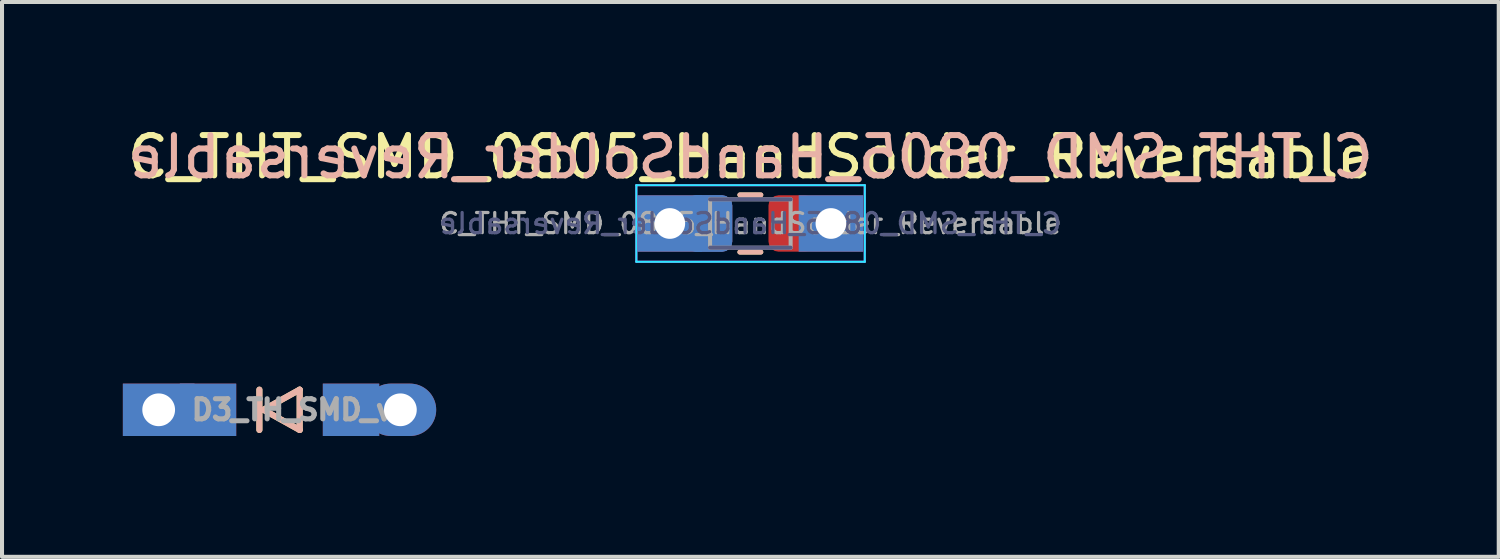
<source format=kicad_pcb>
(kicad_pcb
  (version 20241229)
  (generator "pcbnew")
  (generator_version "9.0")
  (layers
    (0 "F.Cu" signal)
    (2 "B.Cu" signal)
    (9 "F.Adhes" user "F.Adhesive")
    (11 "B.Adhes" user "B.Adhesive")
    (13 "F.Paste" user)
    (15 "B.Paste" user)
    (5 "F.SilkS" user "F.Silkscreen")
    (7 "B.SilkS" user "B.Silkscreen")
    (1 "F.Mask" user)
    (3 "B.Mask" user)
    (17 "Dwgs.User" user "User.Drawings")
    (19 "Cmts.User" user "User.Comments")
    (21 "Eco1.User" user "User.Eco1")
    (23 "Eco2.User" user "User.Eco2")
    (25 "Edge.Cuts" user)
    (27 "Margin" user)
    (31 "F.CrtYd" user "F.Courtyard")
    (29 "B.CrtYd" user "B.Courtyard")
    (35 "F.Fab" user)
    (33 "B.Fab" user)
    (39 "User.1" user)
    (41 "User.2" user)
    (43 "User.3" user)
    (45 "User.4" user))
  (footprint "D3_TH_SMD_v2"
    (layer "F.Cu")
    (at 3.889 7.123)
    (property "Reference" "D3_TH_SMD_v2" (at 0.55 0 180) (layer "F.Fab") (effects (font (size 0.5 0.5) (thickness 0.125))))
    (attr through_hole)
    (fp_line (start -0.5 -0.5) (end -0.5 0.5) (stroke (width 0.15) (type solid)) (layer "F.SilkS"))
    (fp_line (start -0.4 0) (end 0.5 -0.5) (stroke (width 0.15) (type solid)) (layer "F.SilkS"))
    (fp_line (start 0.5 -0.5) (end 0.5 0.5) (stroke (width 0.15) (type solid)) (layer "F.SilkS"))
    (fp_line (start 0.5 0.5) (end -0.4 0) (stroke (width 0.15) (type solid)) (layer "F.SilkS"))
    (fp_line (start -0.5 0.5) (end -0.5 -0.5) (stroke (width 0.15) (type solid)) (layer "B.SilkS"))
    (fp_line (start -0.4 0) (end 0.5 0.5) (stroke (width 0.15) (type solid)) (layer "B.SilkS"))
    (fp_line (start 0.5 -0.5) (end -0.4 0) (stroke (width 0.15) (type solid)) (layer "B.SilkS"))
    (fp_line (start 0.5 0.5) (end 0.5 -0.5) (stroke (width 0.15) (type solid)) (layer "B.SilkS"))
    (pad "1" thru_hole rect (at -3 0) (size 1.778 1.3) (drill 0.813) (layers "*.Cu" "B.Mask"))
    (pad "1" smd rect (at -1.775 0 180) (size 1.4 1.3) (layers "F.Cu" "F.Mask" "F.Paste"))
    (pad "1" smd rect (at -1.775 0 180) (size 1.4 1.3) (layers "B.Cu" "B.Mask" "B.Paste"))
    (pad "2" smd rect (at 1.775 0 180) (size 1.4 1.3) (layers "F.Cu" "F.Mask" "F.Paste"))
    (pad "2" smd rect (at 1.775 0 180) (size 1.4 1.3) (layers "B.Cu" "B.Mask" "B.Paste"))
    (pad "2" thru_hole oval (at 3 0) (size 1.778 1.3) (drill 0.813) (layers "*.Cu" "B.Mask")))
  (footprint "C_THT_SMD_0805_HandSolder_Reversable"
    (layer "F.Cu")
    (at 15.577 2.498)
    (property "Reference" "C_THT_SMD_0805_HandSolder_Reversable" (at 0 -1.65 0) (layer "F.SilkS") (effects (font (size 1 1) (thickness 0.15))))
    (attr smd)
    (fp_line (start -0.261 -0.71) (end 0.261 -0.71) (stroke (width 0.12) (type solid)) (layer "F.SilkS"))
    (fp_line (start -0.261 0.71) (end 0.261 0.71) (stroke (width 0.12) (type solid)) (layer "F.SilkS"))
    (fp_line (start 0.261 -0.71) (end -0.261 -0.71) (stroke (width 0.12) (type solid)) (layer "B.SilkS"))
    (fp_line (start 0.261 0.71) (end -0.261 0.71) (stroke (width 0.12) (type solid)) (layer "B.SilkS"))
    (fp_line (start -2.83 -0.95) (end -2.83 0.95) (stroke (width 0.05) (type solid)) (layer "B.CrtYd"))
    (fp_line (start -2.83 0.95) (end 2.84 0.95) (stroke (width 0.05) (type solid)) (layer "B.CrtYd"))
    (fp_line (start 2.84 -0.95) (end -2.83 -0.95) (stroke (width 0.05) (type solid)) (layer "B.CrtYd"))
    (fp_line (start 2.84 0.95) (end 2.84 -0.95) (stroke (width 0.05) (type solid)) (layer "B.CrtYd"))
    (fp_line (start -2.83 -0.95) (end 2.84 -0.95) (stroke (width 0.05) (type solid)) (layer "F.CrtYd"))
    (fp_line (start -2.83 0.95) (end -2.83 -0.95) (stroke (width 0.05) (type solid)) (layer "F.CrtYd"))
    (fp_line (start 2.84 -0.95) (end 2.84 0.95) (stroke (width 0.05) (type solid)) (layer "F.CrtYd"))
    (fp_line (start 2.84 0.95) (end -2.83 0.95) (stroke (width 0.05) (type solid)) (layer "F.CrtYd"))
    (fp_line (start -1 0.6) (end 1 0.6) (stroke (width 0.1) (type solid)) (layer "B.Fab"))
    (fp_line (start 1 -0.6) (end -1 -0.6) (stroke (width 0.1) (type solid)) (layer "B.Fab"))
    (fp_line (start -1 -0.6) (end 1 -0.6) (stroke (width 0.1) (type solid)) (layer "F.Fab"))
    (fp_line (start -1 0.6) (end -1 -0.6) (stroke (width 0.1) (type solid)) (layer "F.Fab"))
    (fp_line (start 1 -0.6) (end 1 0.6) (stroke (width 0.1) (type solid)) (layer "F.Fab"))
    (fp_line (start 1 0.6) (end -1 0.6) (stroke (width 0.1) (type solid)) (layer "F.Fab"))
    (fp_text user "${REFERENCE}" (at 0 -1.65 0) (layer "B.SilkS") (effects (font (size 1 1) (thickness 0.15)) (justify mirror)))
    (fp_text user "${REFERENCE}" (at 0 0 0) (layer "B.Fab") (effects (font (size 0.5 0.5) (thickness 0.08)) (justify mirror)))
    (fp_text user "${REFERENCE}" (at 0 0 0) (layer "F.Fab") (effects (font (size 0.5 0.5) (thickness 0.08))))
    (pad "1" thru_hole rect (at -2 0) (size 1.6 1.4) (drill 0.762) (layers "*.Cu" "*.Mask"))
    (pad "1" smd roundrect (at -1.025 0) (size 1.15 1.4) (layers "F.Cu" "F.Mask" "F.Paste") (roundrect_rratio 0.217))
    (pad "1" smd roundrect (at -1.025 0) (size 1.15 1.4) (layers "B.Cu" "B.Mask" "B.Paste") (roundrect_rratio 0.217))
    (pad "2" smd roundrect (at -1.025 0) (size 1.15 1.4) (layers "B.Cu" "B.Mask" "B.Paste") (roundrect_rratio 0.217))
    (pad "2" smd roundrect (at 1.025 0) (size 1.15 1.4) (layers "F.Cu" "F.Mask" "F.Paste") (roundrect_rratio 0.217))
    (pad "2" thru_hole rect (at 2 0) (size 1.6 1.4) (drill 0.762) (layers "*.Cu" "*.Mask")))
  (gr_rect
    (start -3 -3)
    (end 34.155 10.773)
    (stroke (width 0.1) (type default))
    (fill no)
    (layer "Edge.Cuts")))
</source>
